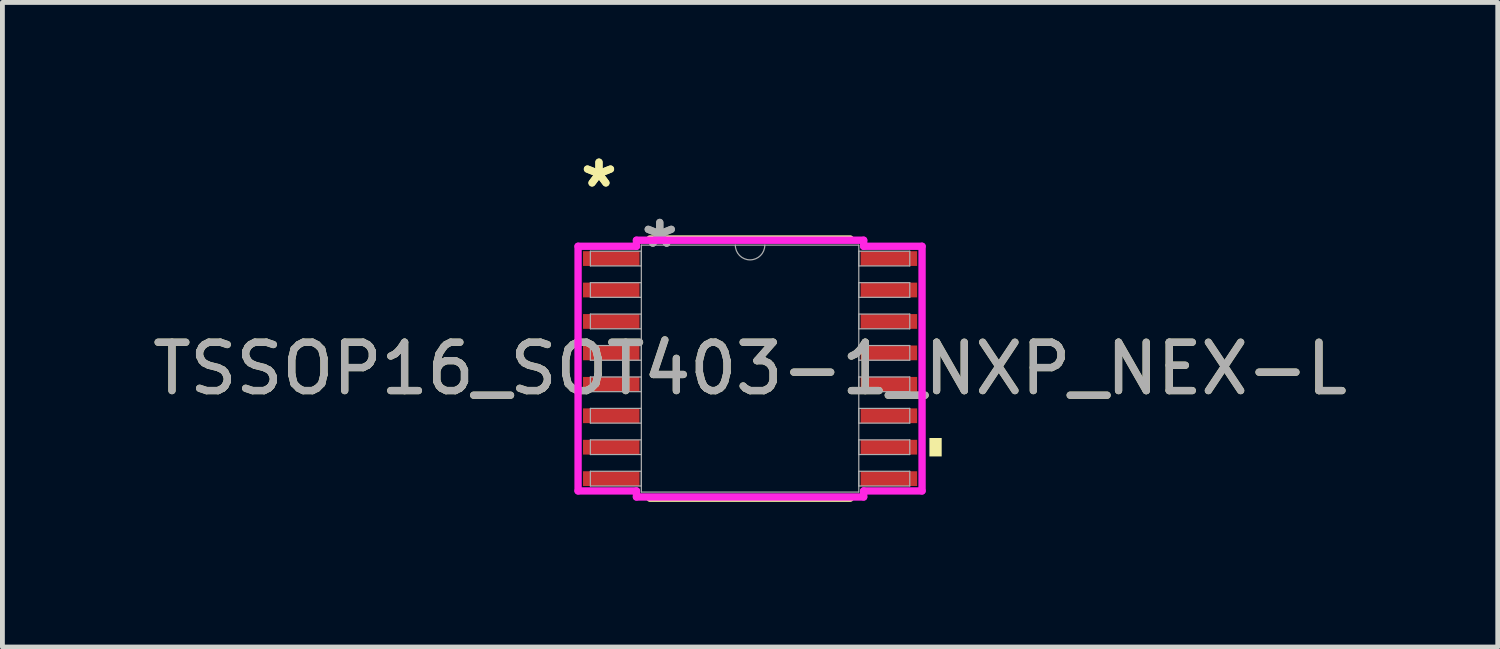
<source format=kicad_pcb>
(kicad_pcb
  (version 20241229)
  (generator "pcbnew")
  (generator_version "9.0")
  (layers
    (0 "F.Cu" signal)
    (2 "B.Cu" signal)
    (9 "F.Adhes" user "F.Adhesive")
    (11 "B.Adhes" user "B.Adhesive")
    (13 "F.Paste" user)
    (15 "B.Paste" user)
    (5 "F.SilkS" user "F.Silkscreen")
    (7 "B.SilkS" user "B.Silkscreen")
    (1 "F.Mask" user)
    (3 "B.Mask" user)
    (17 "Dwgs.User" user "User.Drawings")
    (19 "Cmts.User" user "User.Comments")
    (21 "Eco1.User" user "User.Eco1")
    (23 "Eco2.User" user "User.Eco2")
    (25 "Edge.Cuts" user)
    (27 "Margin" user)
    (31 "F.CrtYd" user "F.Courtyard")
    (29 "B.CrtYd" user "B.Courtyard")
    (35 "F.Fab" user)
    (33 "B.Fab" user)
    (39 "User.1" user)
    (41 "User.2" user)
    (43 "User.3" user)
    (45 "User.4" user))
  (footprint "TSSOP16_SOT403-1_NXP_NEX-L"
    (layer "F.Cu")
    (at 12.458 4.571)
    (property "Reference" "TSSOP16_SOT403-1_NXP_NEX-L" (at 0 0 0) (unlocked yes) (layer "F.SilkS") (effects (font (size 1 1) (thickness 0.15))))
    (attr smd)
    (fp_line (start -2.069 2.68) (end 2.069 2.68) (stroke (width 0.152) (type solid)) (layer "F.SilkS"))
    (fp_line (start 2.069 -2.68) (end -2.069 -2.68) (stroke (width 0.152) (type solid)) (layer "F.SilkS"))
    (fp_poly (pts (xy 3.962 1.435) (xy 3.962 1.816) (xy 3.708 1.816) (xy 3.708 1.435)) (stroke (width 0) (type solid)) (fill yes) (layer "F.SilkS"))
    (fp_line (start -3.556 -2.529) (end -2.349 -2.529) (stroke (width 0.152) (type solid)) (layer "F.CrtYd"))
    (fp_line (start -3.556 2.529) (end -3.556 -2.529) (stroke (width 0.152) (type solid)) (layer "F.CrtYd"))
    (fp_line (start -3.556 2.529) (end -2.349 2.529) (stroke (width 0.152) (type solid)) (layer "F.CrtYd"))
    (fp_line (start -2.349 -2.654) (end 2.349 -2.654) (stroke (width 0.152) (type solid)) (layer "F.CrtYd"))
    (fp_line (start -2.349 -2.529) (end -2.349 -2.654) (stroke (width 0.152) (type solid)) (layer "F.CrtYd"))
    (fp_line (start -2.349 2.654) (end -2.349 2.529) (stroke (width 0.152) (type solid)) (layer "F.CrtYd"))
    (fp_line (start 2.349 -2.654) (end 2.349 -2.529) (stroke (width 0.152) (type solid)) (layer "F.CrtYd"))
    (fp_line (start 2.349 2.529) (end 2.349 2.654) (stroke (width 0.152) (type solid)) (layer "F.CrtYd"))
    (fp_line (start 2.349 2.654) (end -2.349 2.654) (stroke (width 0.152) (type solid)) (layer "F.CrtYd"))
    (fp_line (start 3.556 -2.529) (end 2.349 -2.529) (stroke (width 0.152) (type solid)) (layer "F.CrtYd"))
    (fp_line (start 3.556 -2.529) (end 3.556 2.529) (stroke (width 0.152) (type solid)) (layer "F.CrtYd"))
    (fp_line (start 3.556 2.529) (end 2.349 2.529) (stroke (width 0.152) (type solid)) (layer "F.CrtYd"))
    (fp_line (start -3.302 -2.427) (end -3.302 -2.123) (stroke (width 0.025) (type solid)) (layer "F.Fab"))
    (fp_line (start -3.302 -2.123) (end -2.248 -2.123) (stroke (width 0.025) (type solid)) (layer "F.Fab"))
    (fp_line (start -3.302 -1.777) (end -3.302 -1.473) (stroke (width 0.025) (type solid)) (layer "F.Fab"))
    (fp_line (start -3.302 -1.473) (end -2.248 -1.473) (stroke (width 0.025) (type solid)) (layer "F.Fab"))
    (fp_line (start -3.302 -1.127) (end -3.302 -0.823) (stroke (width 0.025) (type solid)) (layer "F.Fab"))
    (fp_line (start -3.302 -0.823) (end -2.248 -0.823) (stroke (width 0.025) (type solid)) (layer "F.Fab"))
    (fp_line (start -3.302 -0.477) (end -3.302 -0.173) (stroke (width 0.025) (type solid)) (layer "F.Fab"))
    (fp_line (start -3.302 -0.173) (end -2.248 -0.173) (stroke (width 0.025) (type solid)) (layer "F.Fab"))
    (fp_line (start -3.302 0.173) (end -3.302 0.477) (stroke (width 0.025) (type solid)) (layer "F.Fab"))
    (fp_line (start -3.302 0.477) (end -2.248 0.477) (stroke (width 0.025) (type solid)) (layer "F.Fab"))
    (fp_line (start -3.302 0.823) (end -3.302 1.127) (stroke (width 0.025) (type solid)) (layer "F.Fab"))
    (fp_line (start -3.302 1.127) (end -2.248 1.127) (stroke (width 0.025) (type solid)) (layer "F.Fab"))
    (fp_line (start -3.302 1.473) (end -3.302 1.777) (stroke (width 0.025) (type solid)) (layer "F.Fab"))
    (fp_line (start -3.302 1.777) (end -2.248 1.777) (stroke (width 0.025) (type solid)) (layer "F.Fab"))
    (fp_line (start -3.302 2.123) (end -3.302 2.427) (stroke (width 0.025) (type solid)) (layer "F.Fab"))
    (fp_line (start -3.302 2.427) (end -2.248 2.427) (stroke (width 0.025) (type solid)) (layer "F.Fab"))
    (fp_line (start -2.248 -2.553) (end -2.248 2.553) (stroke (width 0.025) (type solid)) (layer "F.Fab"))
    (fp_line (start -2.248 -2.427) (end -3.302 -2.427) (stroke (width 0.025) (type solid)) (layer "F.Fab"))
    (fp_line (start -2.248 -2.123) (end -2.248 -2.427) (stroke (width 0.025) (type solid)) (layer "F.Fab"))
    (fp_line (start -2.248 -1.777) (end -3.302 -1.777) (stroke (width 0.025) (type solid)) (layer "F.Fab"))
    (fp_line (start -2.248 -1.473) (end -2.248 -1.777) (stroke (width 0.025) (type solid)) (layer "F.Fab"))
    (fp_line (start -2.248 -1.127) (end -3.302 -1.127) (stroke (width 0.025) (type solid)) (layer "F.Fab"))
    (fp_line (start -2.248 -0.823) (end -2.248 -1.127) (stroke (width 0.025) (type solid)) (layer "F.Fab"))
    (fp_line (start -2.248 -0.477) (end -3.302 -0.477) (stroke (width 0.025) (type solid)) (layer "F.Fab"))
    (fp_line (start -2.248 -0.173) (end -2.248 -0.477) (stroke (width 0.025) (type solid)) (layer "F.Fab"))
    (fp_line (start -2.248 0.173) (end -3.302 0.173) (stroke (width 0.025) (type solid)) (layer "F.Fab"))
    (fp_line (start -2.248 0.477) (end -2.248 0.173) (stroke (width 0.025) (type solid)) (layer "F.Fab"))
    (fp_line (start -2.248 0.823) (end -3.302 0.823) (stroke (width 0.025) (type solid)) (layer "F.Fab"))
    (fp_line (start -2.248 1.127) (end -2.248 0.823) (stroke (width 0.025) (type solid)) (layer "F.Fab"))
    (fp_line (start -2.248 1.473) (end -3.302 1.473) (stroke (width 0.025) (type solid)) (layer "F.Fab"))
    (fp_line (start -2.248 1.777) (end -2.248 1.473) (stroke (width 0.025) (type solid)) (layer "F.Fab"))
    (fp_line (start -2.248 2.123) (end -3.302 2.123) (stroke (width 0.025) (type solid)) (layer "F.Fab"))
    (fp_line (start -2.248 2.427) (end -2.248 2.123) (stroke (width 0.025) (type solid)) (layer "F.Fab"))
    (fp_line (start -2.248 2.553) (end 2.248 2.553) (stroke (width 0.025) (type solid)) (layer "F.Fab"))
    (fp_line (start 2.248 -2.553) (end -2.248 -2.553) (stroke (width 0.025) (type solid)) (layer "F.Fab"))
    (fp_line (start 2.248 -2.427) (end 2.248 -2.123) (stroke (width 0.025) (type solid)) (layer "F.Fab"))
    (fp_line (start 2.248 -2.123) (end 3.302 -2.123) (stroke (width 0.025) (type solid)) (layer "F.Fab"))
    (fp_line (start 2.248 -1.777) (end 2.248 -1.473) (stroke (width 0.025) (type solid)) (layer "F.Fab"))
    (fp_line (start 2.248 -1.473) (end 3.302 -1.473) (stroke (width 0.025) (type solid)) (layer "F.Fab"))
    (fp_line (start 2.248 -1.127) (end 2.248 -0.823) (stroke (width 0.025) (type solid)) (layer "F.Fab"))
    (fp_line (start 2.248 -0.823) (end 3.302 -0.823) (stroke (width 0.025) (type solid)) (layer "F.Fab"))
    (fp_line (start 2.248 -0.477) (end 2.248 -0.173) (stroke (width 0.025) (type solid)) (layer "F.Fab"))
    (fp_line (start 2.248 -0.173) (end 3.302 -0.173) (stroke (width 0.025) (type solid)) (layer "F.Fab"))
    (fp_line (start 2.248 0.173) (end 2.248 0.477) (stroke (width 0.025) (type solid)) (layer "F.Fab"))
    (fp_line (start 2.248 0.477) (end 3.302 0.477) (stroke (width 0.025) (type solid)) (layer "F.Fab"))
    (fp_line (start 2.248 0.823) (end 2.248 1.127) (stroke (width 0.025) (type solid)) (layer "F.Fab"))
    (fp_line (start 2.248 1.127) (end 3.302 1.127) (stroke (width 0.025) (type solid)) (layer "F.Fab"))
    (fp_line (start 2.248 1.473) (end 2.248 1.777) (stroke (width 0.025) (type solid)) (layer "F.Fab"))
    (fp_line (start 2.248 1.777) (end 3.302 1.777) (stroke (width 0.025) (type solid)) (layer "F.Fab"))
    (fp_line (start 2.248 2.123) (end 2.248 2.427) (stroke (width 0.025) (type solid)) (layer "F.Fab"))
    (fp_line (start 2.248 2.427) (end 3.302 2.427) (stroke (width 0.025) (type solid)) (layer "F.Fab"))
    (fp_line (start 2.248 2.553) (end 2.248 -2.553) (stroke (width 0.025) (type solid)) (layer "F.Fab"))
    (fp_line (start 3.302 -2.427) (end 2.248 -2.427) (stroke (width 0.025) (type solid)) (layer "F.Fab"))
    (fp_line (start 3.302 -2.123) (end 3.302 -2.427) (stroke (width 0.025) (type solid)) (layer "F.Fab"))
    (fp_line (start 3.302 -1.777) (end 2.248 -1.777) (stroke (width 0.025) (type solid)) (layer "F.Fab"))
    (fp_line (start 3.302 -1.473) (end 3.302 -1.777) (stroke (width 0.025) (type solid)) (layer "F.Fab"))
    (fp_line (start 3.302 -1.127) (end 2.248 -1.127) (stroke (width 0.025) (type solid)) (layer "F.Fab"))
    (fp_line (start 3.302 -0.823) (end 3.302 -1.127) (stroke (width 0.025) (type solid)) (layer "F.Fab"))
    (fp_line (start 3.302 -0.477) (end 2.248 -0.477) (stroke (width 0.025) (type solid)) (layer "F.Fab"))
    (fp_line (start 3.302 -0.173) (end 3.302 -0.477) (stroke (width 0.025) (type solid)) (layer "F.Fab"))
    (fp_line (start 3.302 0.173) (end 2.248 0.173) (stroke (width 0.025) (type solid)) (layer "F.Fab"))
    (fp_line (start 3.302 0.477) (end 3.302 0.173) (stroke (width 0.025) (type solid)) (layer "F.Fab"))
    (fp_line (start 3.302 0.823) (end 2.248 0.823) (stroke (width 0.025) (type solid)) (layer "F.Fab"))
    (fp_line (start 3.302 1.127) (end 3.302 0.823) (stroke (width 0.025) (type solid)) (layer "F.Fab"))
    (fp_line (start 3.302 1.473) (end 2.248 1.473) (stroke (width 0.025) (type solid)) (layer "F.Fab"))
    (fp_line (start 3.302 1.777) (end 3.302 1.473) (stroke (width 0.025) (type solid)) (layer "F.Fab"))
    (fp_line (start 3.302 2.123) (end 2.248 2.123) (stroke (width 0.025) (type solid)) (layer "F.Fab"))
    (fp_line (start 3.302 2.427) (end 3.302 2.123) (stroke (width 0.025) (type solid)) (layer "F.Fab"))
    (fp_arc (start 0.3048 -2.5527) (mid 0 -2.2479) (end -0.3048 -2.5527) (stroke (width 0.0254) (type solid)) (layer "F.Fab"))
    (fp_text user "*" (at -3.124 -3.723 0) (layer "F.SilkS") (effects (font (size 1 1) (thickness 0.15))))
    (fp_text user "*" (at -3.124 -3.723 0) (unlocked yes) (layer "F.SilkS") (effects (font (size 1 1) (thickness 0.15))))
    (fp_text user "*" (at -1.867 -2.477 0) (unlocked yes) (layer "F.Fab") (effects (font (size 1 1) (thickness 0.15))))
    (fp_text user "*" (at -1.867 -2.477 0) (layer "F.Fab") (effects (font (size 1 1) (thickness 0.15))))
    (fp_text user "${REFERENCE}" (at 0 0 0) (unlocked yes) (layer "F.Fab") (effects (font (size 1 1) (thickness 0.15))))
    (pad "1" smd rect (at -2.87 -2.275) (size 1.168 0.305) (layers "F.Cu" "F.Mask" "F.Paste"))
    (pad "2" smd rect (at -2.87 -1.625) (size 1.168 0.305) (layers "F.Cu" "F.Mask" "F.Paste"))
    (pad "3" smd rect (at -2.87 -0.975) (size 1.168 0.305) (layers "F.Cu" "F.Mask" "F.Paste"))
    (pad "4" smd rect (at -2.87 -0.325) (size 1.168 0.305) (layers "F.Cu" "F.Mask" "F.Paste"))
    (pad "5" smd rect (at -2.87 0.325) (size 1.168 0.305) (layers "F.Cu" "F.Mask" "F.Paste"))
    (pad "6" smd rect (at -2.87 0.975) (size 1.168 0.305) (layers "F.Cu" "F.Mask" "F.Paste"))
    (pad "7" smd rect (at -2.87 1.625) (size 1.168 0.305) (layers "F.Cu" "F.Mask" "F.Paste"))
    (pad "8" smd rect (at -2.87 2.275) (size 1.168 0.305) (layers "F.Cu" "F.Mask" "F.Paste"))
    (pad "9" smd rect (at 2.87 2.275) (size 1.168 0.305) (layers "F.Cu" "F.Mask" "F.Paste"))
    (pad "10" smd rect (at 2.87 1.625) (size 1.168 0.305) (layers "F.Cu" "F.Mask" "F.Paste"))
    (pad "11" smd rect (at 2.87 0.975) (size 1.168 0.305) (layers "F.Cu" "F.Mask" "F.Paste"))
    (pad "12" smd rect (at 2.87 0.325) (size 1.168 0.305) (layers "F.Cu" "F.Mask" "F.Paste"))
    (pad "13" smd rect (at 2.87 -0.325) (size 1.168 0.305) (layers "F.Cu" "F.Mask" "F.Paste"))
    (pad "14" smd rect (at 2.87 -0.975) (size 1.168 0.305) (layers "F.Cu" "F.Mask" "F.Paste"))
    (pad "15" smd rect (at 2.87 -1.625) (size 1.168 0.305) (layers "F.Cu" "F.Mask" "F.Paste"))
    (pad "16" smd rect (at 2.87 -2.275) (size 1.168 0.305) (layers "F.Cu" "F.Mask" "F.Paste")))
  (gr_rect
    (start -3 -3)
    (end 27.917 10.327)
    (stroke (width 0.1) (type default))
    (fill no)
    (layer "Edge.Cuts")))
</source>
